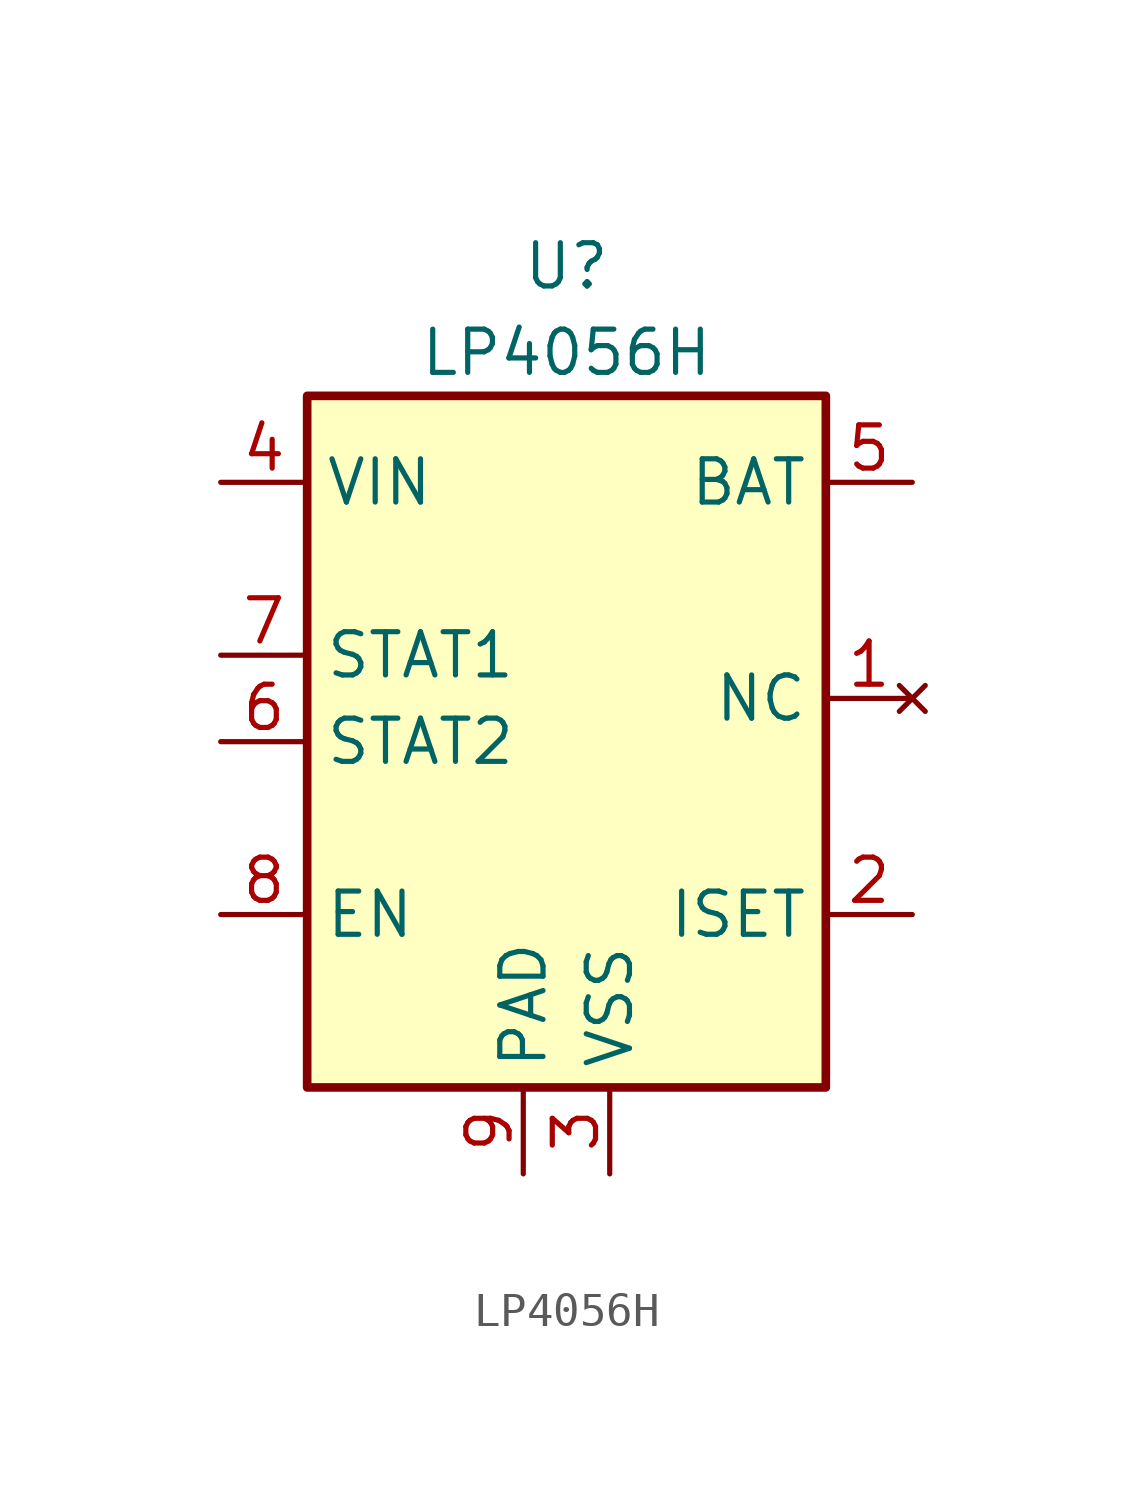
<source format=kicad_sym>
(kicad_symbol_lib
  (version 20211014)
  (generator kicad_symbol_editor)
  (symbol "LP4056H"
    (property "Reference" "U"
      (at 0 13.97 0)
      (effects (font (size 1.27 1.27))))
    (property "Value" "LP4056H"
      (at 0 11.43 0)
      (effects (font (size 1.27 1.27))))
    (symbol "LP4056H_0_1"
      (rectangle (start -7.62 10.16) (end 7.62 -10.16) (stroke (width 0.254) (type default) (color 0 0 0 0)) (fill (type background))))
    (symbol "LP4056H_1_1"
      (pin no_connect line (at 10.16 1.27 180) (length 2.54) (name "NC" (effects (font (size 1.27 1.27)))) (number "1" (effects (font (size 1.27 1.27)))))
      (pin input line (at 10.16 -5.08 180) (length 2.54) (name "ISET" (effects (font (size 1.27 1.27)))) (number "2" (effects (font (size 1.27 1.27)))))
      (pin power_in line (at 1.27 -12.7 90) (length 2.54) (name "VSS" (effects (font (size 1.27 1.27)))) (number "3" (effects (font (size 1.27 1.27)))))
      (pin power_in line (at -10.16 7.62 0) (length 2.54) (name "VIN" (effects (font (size 1.27 1.27)))) (number "4" (effects (font (size 1.27 1.27)))))
      (pin power_out line (at 10.16 7.62 180) (length 2.54) (name "BAT" (effects (font (size 1.27 1.27)))) (number "5" (effects (font (size 1.27 1.27)))))
      (pin open_collector line (at -10.16 0 0) (length 2.54) (name "STAT2" (effects (font (size 1.27 1.27)))) (number "6" (effects (font (size 1.27 1.27)))))
      (pin open_collector line (at -10.16 2.54 0) (length 2.54) (name "STAT1" (effects (font (size 1.27 1.27)))) (number "7" (effects (font (size 1.27 1.27)))))
      (pin input line (at -10.16 -5.08 0) (length 2.54) (name "EN" (effects (font (size 1.27 1.27)))) (number "8" (effects (font (size 1.27 1.27)))))
      (pin power_in line (at -1.27 -12.7 90) (length 2.54) (name "PAD" (effects (font (size 1.27 1.27)))) (number "9" (effects (font (size 1.27 1.27))))))))
</source>
